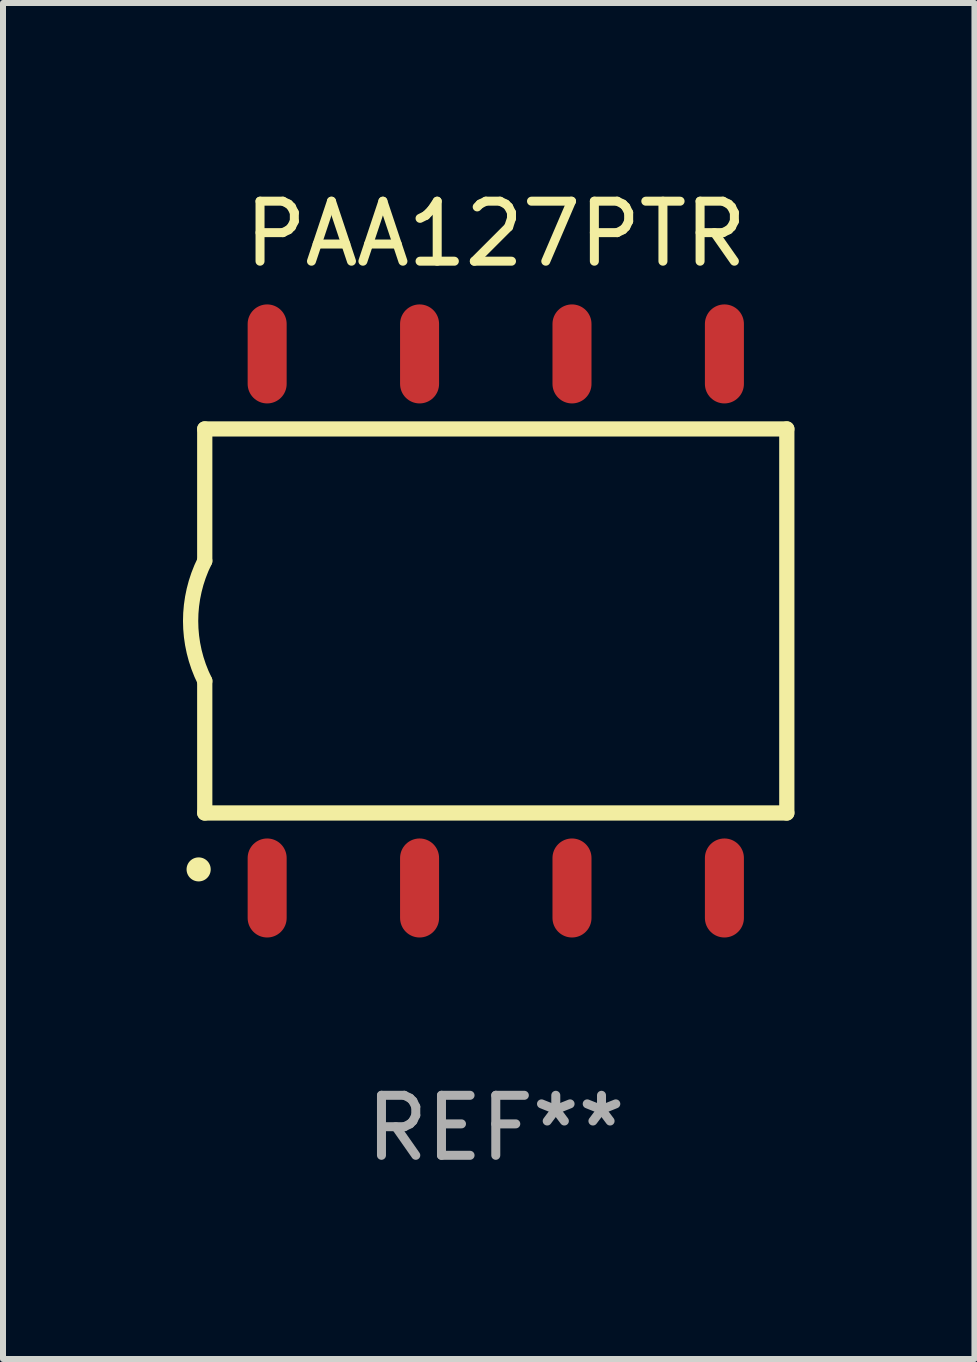
<source format=kicad_pcb>
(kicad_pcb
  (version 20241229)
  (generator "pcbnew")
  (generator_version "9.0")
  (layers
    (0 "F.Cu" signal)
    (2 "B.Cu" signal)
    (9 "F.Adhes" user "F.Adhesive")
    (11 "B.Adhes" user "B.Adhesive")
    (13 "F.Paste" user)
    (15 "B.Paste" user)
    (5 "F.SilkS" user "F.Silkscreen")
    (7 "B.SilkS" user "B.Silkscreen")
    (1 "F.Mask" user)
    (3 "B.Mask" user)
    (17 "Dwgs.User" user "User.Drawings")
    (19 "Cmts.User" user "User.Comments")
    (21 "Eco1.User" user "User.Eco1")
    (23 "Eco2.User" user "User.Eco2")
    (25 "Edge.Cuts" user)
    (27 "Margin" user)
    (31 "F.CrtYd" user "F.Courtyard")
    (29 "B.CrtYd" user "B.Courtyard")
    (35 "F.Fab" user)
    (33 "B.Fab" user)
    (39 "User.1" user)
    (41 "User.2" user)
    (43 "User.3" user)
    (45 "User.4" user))
  (footprint "PAA127PTR"
    (layer "F.Cu")
    (at 5.212 7.298)
    (property "Reference" "PAA127PTR" (at 0 -6.45 0) (layer "F.SilkS") (effects (font (size 1 1) (thickness 0.15))))
    (attr through_hole)
    (fp_line (start -4.85 -3.2) (end -4.85 -1) (stroke (width 0.254) (type solid)) (layer "F.SilkS"))
    (fp_line (start -4.85 -3.2) (end 4.85 -3.2) (stroke (width 0.254) (type solid)) (layer "F.SilkS"))
    (fp_line (start -4.85 3.2) (end -4.85 1) (stroke (width 0.254) (type solid)) (layer "F.SilkS"))
    (fp_line (start 4.85 -3.2) (end 4.85 3.2) (stroke (width 0.254) (type solid)) (layer "F.SilkS"))
    (fp_line (start 4.85 3.2) (end -4.85 3.2) (stroke (width 0.254) (type solid)) (layer "F.SilkS"))
    (fp_arc (start -4.95301 4.140208) (mid -4.95174 4.140204) (end -4.95047 4.140208) (stroke (width 0.4) (type solid)) (layer "F.SilkS"))
    (fp_arc (start -4.84887 1.000762) (mid -5.085418 0.000516) (end -4.850013 -1) (stroke (width 0.254001) (type solid)) (layer "F.SilkS"))
    (fp_text user "REF**" (at 0 8.45 0) (layer "F.Fab") (effects (font (size 1 1) (thickness 0.15))))
    (pad "1" smd oval (at -3.81 4.45) (size 0.65 1.65) (layers "F.Cu" "F.Mask" "F.Paste"))
    (pad "2" smd oval (at -1.27 4.45) (size 0.65 1.65) (layers "F.Cu" "F.Mask" "F.Paste"))
    (pad "3" smd oval (at 1.27 4.45) (size 0.65 1.65) (layers "F.Cu" "F.Mask" "F.Paste"))
    (pad "4" smd oval (at 3.81 4.45) (size 0.65 1.65) (layers "F.Cu" "F.Mask" "F.Paste"))
    (pad "5" smd oval (at 3.81 -4.45 180) (size 0.65 1.65) (layers "F.Cu" "F.Mask" "F.Paste"))
    (pad "6" smd oval (at 1.27 -4.45 180) (size 0.65 1.65) (layers "F.Cu" "F.Mask" "F.Paste"))
    (pad "7" smd oval (at -1.27 -4.45 180) (size 0.65 1.65) (layers "F.Cu" "F.Mask" "F.Paste"))
    (pad "8" smd oval (at -3.81 -4.45 180) (size 0.65 1.65) (layers "F.Cu" "F.Mask" "F.Paste")))
  (gr_rect
    (start -3 -3)
    (end 13.189 19.597)
    (stroke (width 0.1) (type default))
    (fill no)
    (layer "Edge.Cuts")))
</source>
